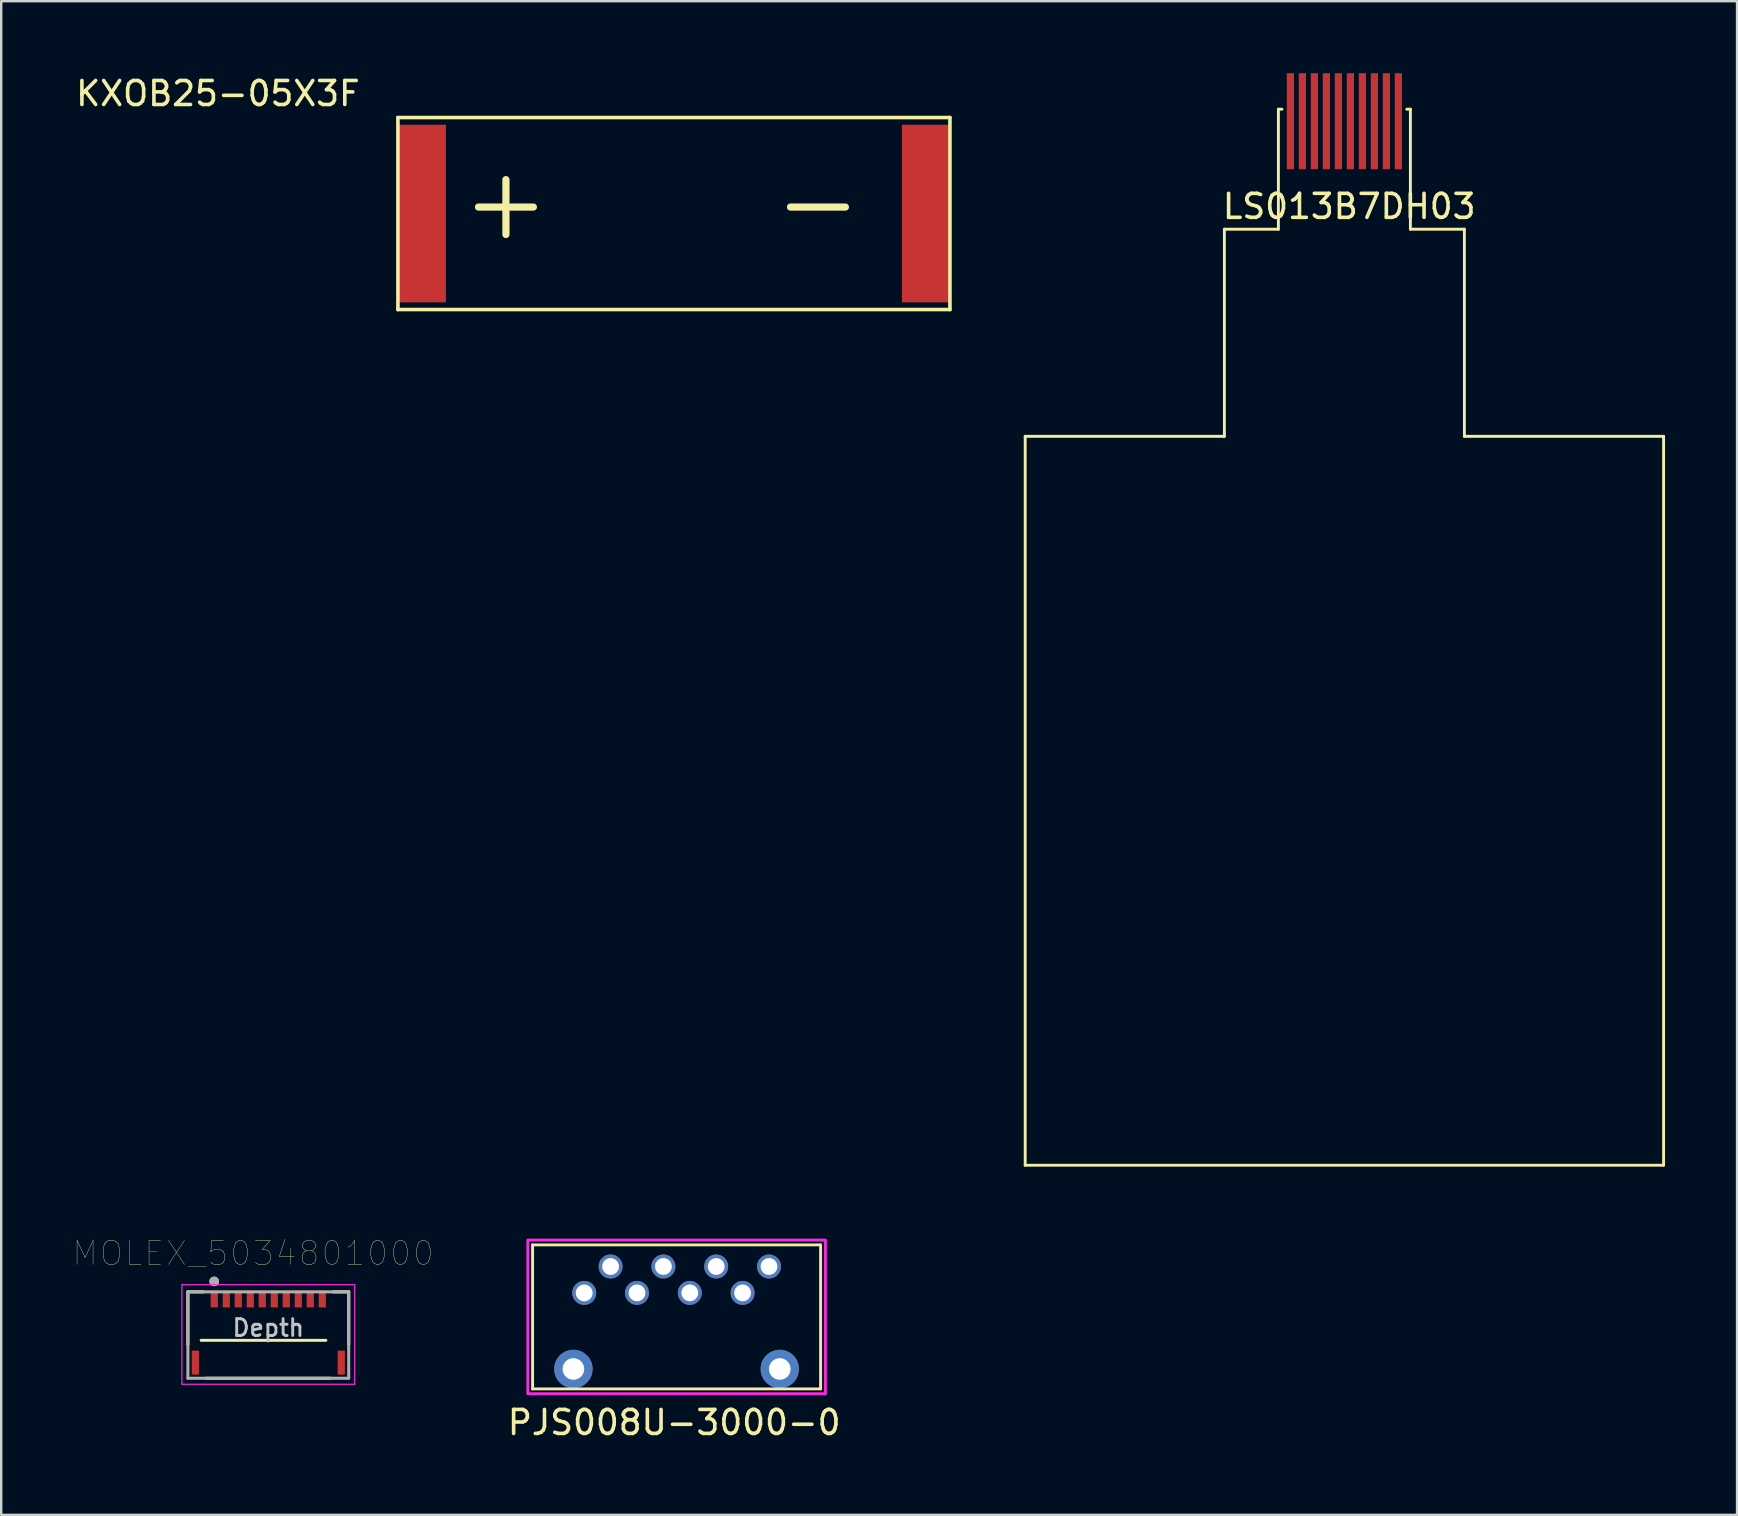
<source format=kicad_pcb>
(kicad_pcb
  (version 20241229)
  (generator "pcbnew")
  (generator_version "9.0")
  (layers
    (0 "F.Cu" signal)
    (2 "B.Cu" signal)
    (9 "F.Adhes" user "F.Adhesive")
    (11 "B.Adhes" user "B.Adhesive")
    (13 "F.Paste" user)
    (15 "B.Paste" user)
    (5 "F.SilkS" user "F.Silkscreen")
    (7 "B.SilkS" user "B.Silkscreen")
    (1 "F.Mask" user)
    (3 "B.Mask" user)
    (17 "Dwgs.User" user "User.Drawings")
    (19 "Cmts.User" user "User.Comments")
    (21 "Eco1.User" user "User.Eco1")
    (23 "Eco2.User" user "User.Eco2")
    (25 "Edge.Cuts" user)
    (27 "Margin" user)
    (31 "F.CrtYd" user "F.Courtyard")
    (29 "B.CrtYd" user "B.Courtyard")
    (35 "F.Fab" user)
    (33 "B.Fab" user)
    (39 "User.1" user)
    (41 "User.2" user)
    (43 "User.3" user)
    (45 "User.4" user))
  (footprint "KXOB25-05X3F"
    (layer "F.Cu")
    (at 13.53 1.848)
    (property "Reference" "KXOB25-05X3F" (at -7.5 -1 0) (layer "F.SilkS") (effects (font (size 1 1) (thickness 0.15))))
    (attr through_hole)
    (fp_line (start 0 0) (end 0 8) (stroke (width 0.15) (type solid)) (layer "F.SilkS"))
    (fp_line (start 0 8) (end 23 8) (stroke (width 0.15) (type solid)) (layer "F.SilkS"))
    (fp_line (start 23 0) (end 0 0) (stroke (width 0.15) (type solid)) (layer "F.SilkS"))
    (fp_line (start 23 8) (end 23 0) (stroke (width 0.15) (type solid)) (layer "F.SilkS"))
    (fp_text user "+" (at 4.5 3.5 0) (layer "F.SilkS") (effects (font (size 3 3) (thickness 0.3))))
    (fp_text user "-" (at 17.5 3.5 0) (layer "F.SilkS") (effects (font (size 3 3) (thickness 0.3))))
    (pad "1" smd rect (at 1 4) (size 2 7.4) (layers "F.Cu" "F.Mask" "F.Paste"))
    (pad "2" smd rect (at 22 4) (size 2 7.4) (layers "F.Cu" "F.Mask" "F.Paste")))
  (footprint "PJS008U-3000-0"
    (layer "F.Cu")
    (at 25.141 50.82)
    (property "Reference" "PJS008U-3000-0" (at -0.1 5.4 0) (unlocked yes) (layer "F.SilkS") (effects (font (size 1 1) (thickness 0.15))))
    (attr through_hole)
    (fp_line (start -6 -2) (end 6 -2) (stroke (width 0.12) (type default)) (layer "F.SilkS"))
    (fp_line (start -6 4) (end -6 -2) (stroke (width 0.12) (type default)) (layer "F.SilkS"))
    (fp_line (start 6 -2) (end 6 4) (stroke (width 0.12) (type default)) (layer "F.SilkS"))
    (fp_line (start 6 4) (end -6 4) (stroke (width 0.12) (type default)) (layer "F.SilkS"))
    (fp_rect (start -6.2 -2.2) (end 6.2 4.2) (stroke (width 0.12) (type default)) (fill no) (layer "F.CrtYd"))
    (pad "1" thru_hole circle (at -3.85 0) (size 1 1) (drill 0.7) (layers "*.Cu" "*.Mask"))
    (pad "2" thru_hole circle (at -2.75 -1.1) (size 1 1) (drill 0.7) (layers "*.Cu" "*.Mask"))
    (pad "3" thru_hole circle (at -1.65 0) (size 1 1) (drill 0.7) (layers "*.Cu" "*.Mask"))
    (pad "4" thru_hole circle (at -0.55 -1.1) (size 1 1) (drill 0.7) (layers "*.Cu" "*.Mask"))
    (pad "5" thru_hole circle (at 0.55 0) (size 1 1) (drill 0.7) (layers "*.Cu" "*.Mask"))
    (pad "6" thru_hole circle (at 1.65 -1.1) (size 1 1) (drill 0.7) (layers "*.Cu" "*.Mask"))
    (pad "7" thru_hole circle (at 2.75 0) (size 1 1) (drill 0.7) (layers "*.Cu" "*.Mask"))
    (pad "8" thru_hole circle (at 3.85 -1.1) (size 1 1) (drill 0.7) (layers "*.Cu" "*.Mask"))
    (pad "9" thru_hole circle (at -4.3 3.17) (size 1.6 1.6) (drill 0.9) (layers "*.Cu" "*.Mask"))
    (pad "9" thru_hole circle (at 4.3 3.17) (size 1.6 1.6) (drill 0.9) (layers "*.Cu" "*.Mask")))
  (footprint "MOLEX_5034801000"
    (layer "F.Cu")
    (at 8.129 51.076)
    (property "Reference" "MOLEX_5034801000" (at -0.635 -1.905 0) (layer "F.SilkS") (effects (font (size 1 1) (thickness 0.015))))
    (attr through_hole)
    (fp_line (start -3.35 -0.3) (end -3.35 1.9) (stroke (width 0.127) (type solid)) (layer "F.SilkS"))
    (fp_line (start -2.8 1.72) (end 2.4 1.72) (stroke (width 0.12) (type solid)) (layer "F.SilkS"))
    (fp_line (start -2.7 -0.3) (end -3.35 -0.3) (stroke (width 0.127) (type solid)) (layer "F.SilkS"))
    (fp_line (start -2.6 3.3) (end 2.6 3.3) (stroke (width 0.127) (type solid)) (layer "F.SilkS"))
    (fp_line (start 2.7 -0.3) (end 3.35 -0.3) (stroke (width 0.127) (type solid)) (layer "F.SilkS"))
    (fp_line (start 3.35 -0.3) (end 3.35 1.9) (stroke (width 0.127) (type solid)) (layer "F.SilkS"))
    (fp_circle (center -2.255 -0.735) (end -2.155 -0.735) (stroke (width 0.2) (type solid)) (fill no) (layer "F.SilkS"))
    (fp_line (start -3.6 -0.6) (end 3.6 -0.6) (stroke (width 0.05) (type solid)) (layer "F.CrtYd"))
    (fp_line (start -3.6 3.55) (end -3.6 -0.6) (stroke (width 0.05) (type solid)) (layer "F.CrtYd"))
    (fp_line (start 3.6 -0.6) (end 3.6 3.55) (stroke (width 0.05) (type solid)) (layer "F.CrtYd"))
    (fp_line (start 3.6 3.55) (end -3.6 3.55) (stroke (width 0.05) (type solid)) (layer "F.CrtYd"))
    (fp_line (start -3.35 -0.3) (end 3.35 -0.3) (stroke (width 0.127) (type solid)) (layer "F.Fab"))
    (fp_line (start -3.35 3.3) (end -3.35 -0.3) (stroke (width 0.127) (type solid)) (layer "F.Fab"))
    (fp_line (start 3.35 -0.3) (end 3.35 3.3) (stroke (width 0.127) (type solid)) (layer "F.Fab"))
    (fp_line (start 3.35 3.3) (end -3.35 3.3) (stroke (width 0.127) (type solid)) (layer "F.Fab"))
    (fp_circle (center -2.255 -0.735) (end -2.155 -0.735) (stroke (width 0.2) (type solid)) (fill no) (layer "F.Fab"))
    (fp_text user "Depth" (at 0 1.2 0) (layer "Dwgs.User") (effects (font (size 0.7 0.7) (thickness 0.12))))
    (pad "1" smd rect (at -2.25 0) (size 0.3 0.7) (layers "F.Cu" "F.Mask" "F.Paste"))
    (pad "2" smd rect (at -1.75 0) (size 0.3 0.7) (layers "F.Cu" "F.Mask" "F.Paste"))
    (pad "3" smd rect (at -1.25 0) (size 0.3 0.7) (layers "F.Cu" "F.Mask" "F.Paste"))
    (pad "4" smd rect (at -0.75 0) (size 0.3 0.7) (layers "F.Cu" "F.Mask" "F.Paste"))
    (pad "5" smd rect (at -0.25 0) (size 0.3 0.7) (layers "F.Cu" "F.Mask" "F.Paste"))
    (pad "6" smd rect (at 0.25 0) (size 0.3 0.7) (layers "F.Cu" "F.Mask" "F.Paste"))
    (pad "7" smd rect (at 0.75 0) (size 0.3 0.7) (layers "F.Cu" "F.Mask" "F.Paste"))
    (pad "8" smd rect (at 1.25 0) (size 0.3 0.7) (layers "F.Cu" "F.Mask" "F.Paste"))
    (pad "9" smd rect (at 1.75 0) (size 0.3 0.7) (layers "F.Cu" "F.Mask" "F.Paste"))
    (pad "10" smd rect (at 2.25 0) (size 0.3 0.7) (layers "F.Cu" "F.Mask" "F.Paste"))
    (pad "S1" smd rect (at -3.04 2.65) (size 0.3 1) (layers "F.Cu" "F.Mask" "F.Paste"))
    (pad "S2" smd rect (at 3.04 2.65) (size 0.3 1) (layers "F.Cu" "F.Mask" "F.Paste")))
  (footprint "LS013B7DH03"
    (layer "F.Cu")
    (at 52.965 1.5)
    (property "Reference" "LS013B7DH03" (at 0.2 4.05 0) (layer "F.SilkS") (effects (font (size 1 1) (thickness 0.15))))
    (attr through_hole)
    (fp_line (start -13.3 13.63) (end -5 13.63) (stroke (width 0.12) (type solid)) (layer "F.SilkS"))
    (fp_line (start -13.3 44) (end -13.3 13.63) (stroke (width 0.12) (type solid)) (layer "F.SilkS"))
    (fp_line (start -5 5) (end -2.75 5) (stroke (width 0.12) (type solid)) (layer "F.SilkS"))
    (fp_line (start -5 13.63) (end -5 5) (stroke (width 0.12) (type solid)) (layer "F.SilkS"))
    (fp_line (start -2.75 0) (end -2.6 0) (stroke (width 0.12) (type solid)) (layer "F.SilkS"))
    (fp_line (start -2.75 5) (end -2.75 0) (stroke (width 0.12) (type solid)) (layer "F.SilkS"))
    (fp_line (start 2.75 0) (end 2.6 0) (stroke (width 0.12) (type solid)) (layer "F.SilkS"))
    (fp_line (start 2.75 0) (end 2.75 5) (stroke (width 0.12) (type solid)) (layer "F.SilkS"))
    (fp_line (start 2.75 5) (end 5 5) (stroke (width 0.12) (type solid)) (layer "F.SilkS"))
    (fp_line (start 5 5) (end 5 13.63) (stroke (width 0.12) (type solid)) (layer "F.SilkS"))
    (fp_line (start 5 13.63) (end 13.3 13.63) (stroke (width 0.12) (type solid)) (layer "F.SilkS"))
    (fp_line (start 13.3 13.63) (end 13.3 44) (stroke (width 0.12) (type solid)) (layer "F.SilkS"))
    (fp_line (start 13.3 44) (end -13.3 44) (stroke (width 0.12) (type solid)) (layer "F.SilkS"))
    (pad "1" smd rect (at -2.25 0.5) (size 0.3 4) (layers "F.Cu" "F.Mask" "F.Paste"))
    (pad "2" smd rect (at -1.75 0.5) (size 0.3 4) (layers "F.Cu" "F.Mask" "F.Paste"))
    (pad "3" smd rect (at -1.25 0.5) (size 0.3 4) (layers "F.Cu" "F.Mask" "F.Paste"))
    (pad "4" smd rect (at -0.75 0.5) (size 0.3 4) (layers "F.Cu" "F.Mask" "F.Paste"))
    (pad "5" smd rect (at -0.25 0.5) (size 0.3 4) (layers "F.Cu" "F.Mask" "F.Paste"))
    (pad "6" smd rect (at 0.25 0.5) (size 0.3 4) (layers "F.Cu" "F.Mask" "F.Paste"))
    (pad "7" smd rect (at 0.75 0.5) (size 0.3 4) (layers "F.Cu" "F.Mask" "F.Paste"))
    (pad "8" smd rect (at 1.25 0.5) (size 0.3 4) (layers "F.Cu" "F.Mask" "F.Paste"))
    (pad "9" smd rect (at 1.75 0.5) (size 0.3 4) (layers "F.Cu" "F.Mask" "F.Paste"))
    (pad "10" smd rect (at 2.25 0.5) (size 0.3 4) (layers "F.Cu" "F.Mask" "F.Paste")))
  (gr_rect
    (start -3 -3)
    (end 69.325 60.068)
    (stroke (width 0.1) (type default))
    (fill no)
    (layer "Edge.Cuts")))
</source>
